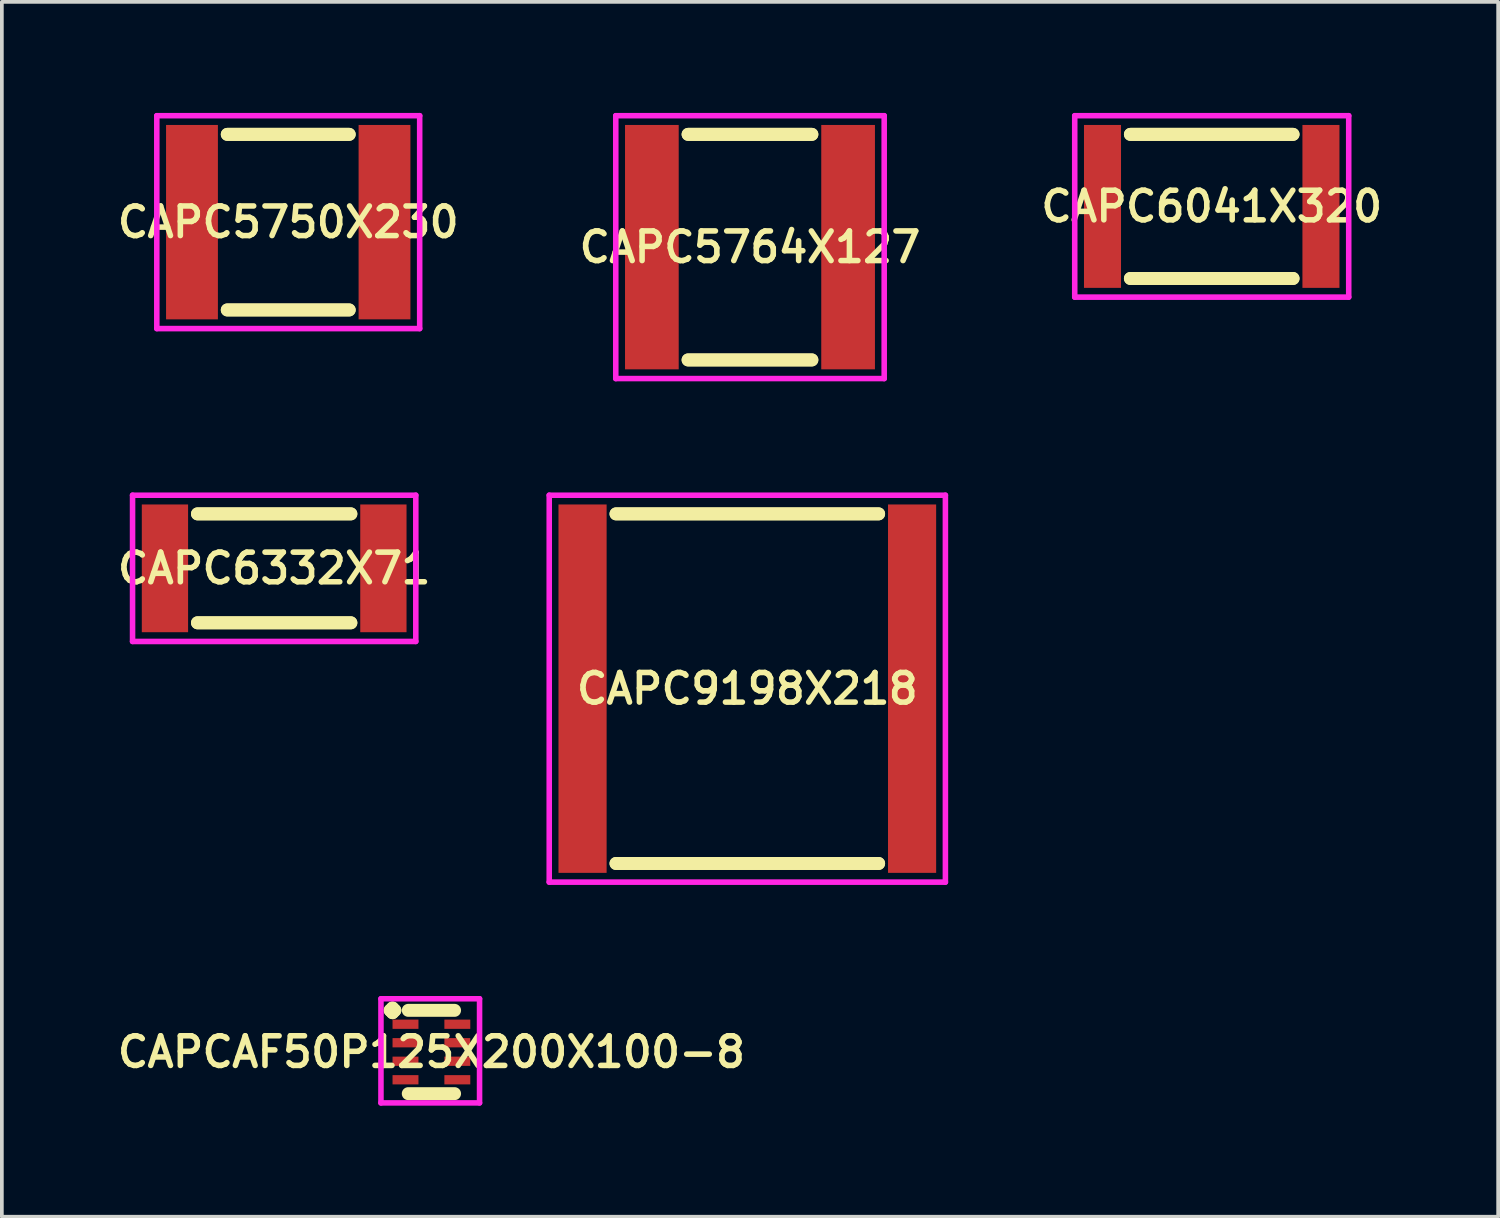
<source format=kicad_pcb>
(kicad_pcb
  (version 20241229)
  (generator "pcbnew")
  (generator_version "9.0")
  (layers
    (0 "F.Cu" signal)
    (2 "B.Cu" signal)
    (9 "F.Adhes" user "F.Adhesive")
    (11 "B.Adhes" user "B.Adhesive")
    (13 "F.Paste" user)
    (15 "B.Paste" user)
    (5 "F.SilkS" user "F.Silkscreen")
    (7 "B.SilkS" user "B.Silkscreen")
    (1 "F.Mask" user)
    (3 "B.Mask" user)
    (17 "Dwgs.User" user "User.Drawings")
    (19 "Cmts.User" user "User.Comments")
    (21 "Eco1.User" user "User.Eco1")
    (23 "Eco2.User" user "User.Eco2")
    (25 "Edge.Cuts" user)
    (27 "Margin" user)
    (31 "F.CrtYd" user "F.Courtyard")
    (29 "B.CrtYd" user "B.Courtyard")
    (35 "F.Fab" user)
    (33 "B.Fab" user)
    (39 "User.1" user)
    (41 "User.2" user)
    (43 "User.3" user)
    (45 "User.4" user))
  (footprint "CAPC5764X127"
    (layer "F.Cu")
    (at 17.206 3.625)
    (property "Reference" "CAPC5764X127" (at 0 0 0) (layer "F.SilkS") (effects (font (size 0.8 0.8) (thickness 0.15))))
    (attr smd)
    (fp_line (start -1.671 -3.046) (end 1.671 -3.046) (stroke (width 0.35) (type solid)) (layer "F.SilkS"))
    (fp_line (start -1.671 3.046) (end 1.671 3.046) (stroke (width 0.35) (type solid)) (layer "F.SilkS"))
    (fp_line (start 1.671 -3.046) (end -1.671 -3.046) (stroke (width 0.35) (type solid)) (layer "F.SilkS"))
    (fp_line (start 1.671 3.046) (end -1.671 3.046) (stroke (width 0.35) (type solid)) (layer "F.SilkS"))
    (fp_line (start -3.625 -3.55) (end 3.625 -3.55) (stroke (width 0.15) (type solid)) (layer "F.CrtYd"))
    (fp_line (start -3.625 3.55) (end -3.625 -3.55) (stroke (width 0.15) (type solid)) (layer "F.CrtYd"))
    (fp_line (start 3.625 -3.55) (end 3.625 3.55) (stroke (width 0.15) (type solid)) (layer "F.CrtYd"))
    (fp_line (start 3.625 3.55) (end -3.625 3.55) (stroke (width 0.15) (type solid)) (layer "F.CrtYd"))
    (pad "1" smd rect (at -2.65 0) (size 1.45 6.6) (layers "F.Cu" "F.Mask" "F.Paste"))
    (pad "2" smd rect (at 2.65 0) (size 1.45 6.6) (layers "F.Cu" "F.Mask" "F.Paste")))
  (footprint "CAPC6041X320"
    (layer "F.Cu")
    (at 29.677 2.525)
    (property "Reference" "CAPC6041X320" (at 0 0 0) (layer "F.SilkS") (effects (font (size 0.8 0.8) (thickness 0.15))))
    (attr through_hole)
    (fp_line (start -2.196 -1.946) (end 2.196 -1.946) (stroke (width 0.35) (type solid)) (layer "F.SilkS"))
    (fp_line (start -2.196 1.946) (end 2.196 1.946) (stroke (width 0.35) (type solid)) (layer "F.SilkS"))
    (fp_line (start 2.196 -1.946) (end -2.196 -1.946) (stroke (width 0.35) (type solid)) (layer "F.SilkS"))
    (fp_line (start 2.196 1.946) (end -2.196 1.946) (stroke (width 0.35) (type solid)) (layer "F.SilkS"))
    (fp_line (start -3.7 -2.45) (end 3.7 -2.45) (stroke (width 0.15) (type solid)) (layer "F.CrtYd"))
    (fp_line (start -3.7 2.45) (end -3.7 -2.45) (stroke (width 0.15) (type solid)) (layer "F.CrtYd"))
    (fp_line (start 3.7 -2.45) (end 3.7 2.45) (stroke (width 0.15) (type solid)) (layer "F.CrtYd"))
    (fp_line (start 3.7 2.45) (end -3.7 2.45) (stroke (width 0.15) (type solid)) (layer "F.CrtYd"))
    (pad "1" smd rect (at -2.95 0) (size 1 4.4) (layers "F.Cu" "F.Mask" "F.Paste"))
    (pad "2" smd rect (at 2.95 0) (size 1 4.4) (layers "F.Cu" "F.Mask" "F.Paste")))
  (footprint "CAPCAF50P125X200X100-8"
    (layer "F.Cu")
    (at 8.602 25.363)
    (property "Reference" "CAPCAF50P125X200X100-8" (at 0 0 0) (layer "F.SilkS") (effects (font (size 0.8 0.8) (thickness 0.15))))
    (attr smd)
    (fp_line (start -1.113 -1.125) (end -1.05 -1.188) (stroke (width 0.35) (type solid)) (layer "F.SilkS"))
    (fp_line (start -1.05 -1.188) (end -0.988 -1.125) (stroke (width 0.35) (type solid)) (layer "F.SilkS"))
    (fp_line (start -1.05 -1.062) (end -1.113 -1.125) (stroke (width 0.35) (type solid)) (layer "F.SilkS"))
    (fp_line (start -0.988 -1.125) (end -1.05 -1.062) (stroke (width 0.35) (type solid)) (layer "F.SilkS"))
    (fp_line (start -0.625 -1.125) (end 0.625 -1.125) (stroke (width 0.35) (type solid)) (layer "F.SilkS"))
    (fp_line (start -0.625 1.125) (end 0.625 1.125) (stroke (width 0.35) (type solid)) (layer "F.SilkS"))
    (fp_line (start -1.363 -1.438) (end 1.3 -1.438) (stroke (width 0.15) (type solid)) (layer "F.CrtYd"))
    (fp_line (start -1.363 1.375) (end -1.363 -1.438) (stroke (width 0.15) (type solid)) (layer "F.CrtYd"))
    (fp_line (start 1.3 -1.438) (end 1.3 1.375) (stroke (width 0.15) (type solid)) (layer "F.CrtYd"))
    (fp_line (start 1.3 1.375) (end -1.363 1.375) (stroke (width 0.15) (type solid)) (layer "F.CrtYd"))
    (pad "1" smd rect (at -0.7 -0.75) (size 0.7 0.25) (layers "F.Cu" "F.Mask" "F.Paste"))
    (pad "2" smd rect (at -0.7 -0.25) (size 0.7 0.25) (layers "F.Cu" "F.Mask" "F.Paste"))
    (pad "3" smd rect (at -0.7 0.25) (size 0.7 0.25) (layers "F.Cu" "F.Mask" "F.Paste"))
    (pad "4" smd rect (at -0.7 0.75) (size 0.7 0.25) (layers "F.Cu" "F.Mask" "F.Paste"))
    (pad "5" smd rect (at 0.7 0.75) (size 0.7 0.25) (layers "F.Cu" "F.Mask" "F.Paste"))
    (pad "6" smd rect (at 0.7 0.25) (size 0.7 0.25) (layers "F.Cu" "F.Mask" "F.Paste"))
    (pad "7" smd rect (at 0.7 -0.25) (size 0.7 0.25) (layers "F.Cu" "F.Mask" "F.Paste"))
    (pad "8" smd rect (at 0.7 -0.75) (size 0.7 0.25) (layers "F.Cu" "F.Mask" "F.Paste")))
  (footprint "CAPC5750X230"
    (layer "F.Cu")
    (at 4.735 2.95)
    (property "Reference" "CAPC5750X230" (at 0 0 0) (layer "F.SilkS") (effects (font (size 0.8 0.8) (thickness 0.15))))
    (attr smd)
    (fp_line (start -1.646 -2.371) (end 1.646 -2.371) (stroke (width 0.35) (type solid)) (layer "F.SilkS"))
    (fp_line (start -1.646 2.371) (end 1.646 2.371) (stroke (width 0.35) (type solid)) (layer "F.SilkS"))
    (fp_line (start 1.646 -2.371) (end -1.646 -2.371) (stroke (width 0.35) (type solid)) (layer "F.SilkS"))
    (fp_line (start 1.646 2.371) (end -1.646 2.371) (stroke (width 0.35) (type solid)) (layer "F.SilkS"))
    (fp_line (start -3.55 -2.875) (end 3.55 -2.875) (stroke (width 0.15) (type solid)) (layer "F.CrtYd"))
    (fp_line (start -3.55 2.875) (end -3.55 -2.875) (stroke (width 0.15) (type solid)) (layer "F.CrtYd"))
    (fp_line (start 3.55 -2.875) (end 3.55 2.875) (stroke (width 0.15) (type solid)) (layer "F.CrtYd"))
    (fp_line (start 3.55 2.875) (end -3.55 2.875) (stroke (width 0.15) (type solid)) (layer "F.CrtYd"))
    (pad "1" smd rect (at -2.6 0) (size 1.4 5.25) (layers "F.Cu" "F.Mask" "F.Paste"))
    (pad "2" smd rect (at 2.6 0) (size 1.4 5.25) (layers "F.Cu" "F.Mask" "F.Paste")))
  (footprint "CAPC6332X71"
    (layer "F.Cu")
    (at 4.355 12.3)
    (property "Reference" "CAPC6332X71" (at 0 0 0) (layer "F.SilkS") (effects (font (size 0.8 0.8) (thickness 0.15))))
    (attr smd)
    (fp_line (start -2.071 -1.471) (end 2.071 -1.471) (stroke (width 0.35) (type solid)) (layer "F.SilkS"))
    (fp_line (start -2.071 1.471) (end 2.071 1.471) (stroke (width 0.35) (type solid)) (layer "F.SilkS"))
    (fp_line (start 2.071 -1.471) (end -2.071 -1.471) (stroke (width 0.35) (type solid)) (layer "F.SilkS"))
    (fp_line (start 2.071 1.471) (end -2.071 1.471) (stroke (width 0.35) (type solid)) (layer "F.SilkS"))
    (fp_line (start -3.825 -1.975) (end 3.825 -1.975) (stroke (width 0.15) (type solid)) (layer "F.CrtYd"))
    (fp_line (start -3.825 1.975) (end -3.825 -1.975) (stroke (width 0.15) (type solid)) (layer "F.CrtYd"))
    (fp_line (start 3.825 -1.975) (end 3.825 1.975) (stroke (width 0.15) (type solid)) (layer "F.CrtYd"))
    (fp_line (start 3.825 1.975) (end -3.825 1.975) (stroke (width 0.15) (type solid)) (layer "F.CrtYd"))
    (pad "1" smd rect (at -2.95 0) (size 1.25 3.45) (layers "F.Cu" "F.Mask" "F.Paste"))
    (pad "2" smd rect (at 2.95 0) (size 1.25 3.45) (layers "F.Cu" "F.Mask" "F.Paste")))
  (footprint "CAPC9198X218"
    (layer "F.Cu")
    (at 17.134 15.55)
    (property "Reference" "CAPC9198X218" (at 0 0 0) (layer "F.SilkS") (effects (font (size 0.8 0.8) (thickness 0.15))))
    (attr smd)
    (fp_line (start -3.546 -4.721) (end 3.546 -4.721) (stroke (width 0.35) (type solid)) (layer "F.SilkS"))
    (fp_line (start -3.546 4.721) (end 3.546 4.721) (stroke (width 0.35) (type solid)) (layer "F.SilkS"))
    (fp_line (start 3.546 -4.721) (end -3.546 -4.721) (stroke (width 0.35) (type solid)) (layer "F.SilkS"))
    (fp_line (start 3.546 4.721) (end -3.546 4.721) (stroke (width 0.35) (type solid)) (layer "F.SilkS"))
    (fp_line (start -5.35 -5.225) (end 5.35 -5.225) (stroke (width 0.15) (type solid)) (layer "F.CrtYd"))
    (fp_line (start -5.35 5.225) (end -5.35 -5.225) (stroke (width 0.15) (type solid)) (layer "F.CrtYd"))
    (fp_line (start 5.35 -5.225) (end 5.35 5.225) (stroke (width 0.15) (type solid)) (layer "F.CrtYd"))
    (fp_line (start 5.35 5.225) (end -5.35 5.225) (stroke (width 0.15) (type solid)) (layer "F.CrtYd"))
    (pad "1" smd rect (at -4.45 0) (size 1.3 9.95) (layers "F.Cu" "F.Mask" "F.Paste"))
    (pad "2" smd rect (at 4.45 0) (size 1.3 9.95) (layers "F.Cu" "F.Mask" "F.Paste")))
  (gr_rect
    (start -3 -3)
    (end 37.413 29.812)
    (stroke (width 0.1) (type default))
    (fill no)
    (layer "Edge.Cuts")))
</source>
